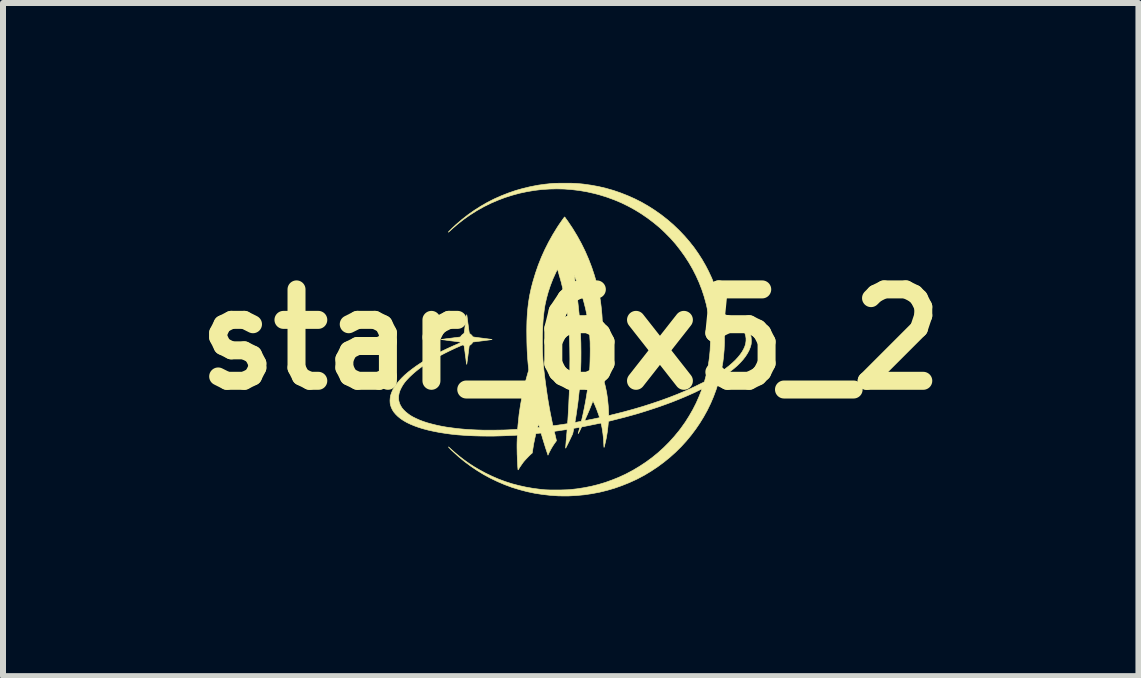
<source format=kicad_pcb>
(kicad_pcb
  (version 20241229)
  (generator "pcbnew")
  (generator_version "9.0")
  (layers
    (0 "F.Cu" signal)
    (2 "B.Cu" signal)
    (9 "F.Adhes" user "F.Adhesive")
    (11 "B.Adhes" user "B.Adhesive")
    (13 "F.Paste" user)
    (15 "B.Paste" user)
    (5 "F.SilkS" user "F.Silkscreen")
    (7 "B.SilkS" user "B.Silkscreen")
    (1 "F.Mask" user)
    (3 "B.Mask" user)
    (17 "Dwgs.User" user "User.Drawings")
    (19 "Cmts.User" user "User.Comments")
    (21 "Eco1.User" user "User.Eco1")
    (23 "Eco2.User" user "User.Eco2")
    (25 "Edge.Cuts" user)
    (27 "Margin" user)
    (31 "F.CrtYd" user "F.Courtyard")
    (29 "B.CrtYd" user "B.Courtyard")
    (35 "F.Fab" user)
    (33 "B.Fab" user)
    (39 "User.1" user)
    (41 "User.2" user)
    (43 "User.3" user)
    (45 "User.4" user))
  (footprint "star_6x5_2"
    (layer "F.Cu")
    (at 6.466 2.61)
    (property "Reference" "star_6x5_2" (at 0 0 0) (layer "F.SilkS") (effects (font (size 1.524 1.524) (thickness 0.3))))
    (attr through_hole)
    (fp_poly (pts (xy -0.062 -2.605) (xy -0.027 -2.605) (xy 0.003 -2.605) (xy 0.03 -2.604) (xy 0.054 -2.603) (xy 0.076 -2.602) (xy 0.098 -2.601) (xy 0.12 -2.599) (xy 0.143 -2.597) (xy 0.168 -2.595) (xy 0.197 -2.592) (xy 0.208 -2.591) (xy 0.336 -2.573) (xy 0.463 -2.55) (xy 0.589 -2.52) (xy 0.712 -2.485) (xy 0.834 -2.443) (xy 0.953 -2.396) (xy 1.07 -2.344) (xy 1.184 -2.286) (xy 1.295 -2.222) (xy 1.403 -2.153) (xy 1.508 -2.079) (xy 1.609 -2) (xy 1.707 -1.916) (xy 1.8 -1.827) (xy 1.818 -1.809) (xy 1.903 -1.719) (xy 1.983 -1.626) (xy 2.057 -1.532) (xy 2.125 -1.435) (xy 2.19 -1.334) (xy 2.25 -1.23) (xy 2.299 -1.135) (xy 2.351 -1.023) (xy 2.397 -0.909) (xy 2.438 -0.793) (xy 2.474 -0.676) (xy 2.503 -0.559) (xy 2.518 -0.485) (xy 2.529 -0.429) (xy 2.549 -0.422) (xy 2.574 -0.413) (xy 2.602 -0.403) (xy 2.631 -0.391) (xy 2.661 -0.378) (xy 2.689 -0.366) (xy 2.704 -0.359) (xy 2.749 -0.335) (xy 2.789 -0.312) (xy 2.825 -0.288) (xy 2.858 -0.263) (xy 2.889 -0.235) (xy 2.901 -0.224) (xy 2.931 -0.192) (xy 2.956 -0.16) (xy 2.975 -0.128) (xy 2.991 -0.094) (xy 3.003 -0.057) (xy 3.004 -0.055) (xy 3.008 -0.035) (xy 3.01 -0.012) (xy 3.011 0.014) (xy 3.011 0.04) (xy 3.01 0.065) (xy 3.007 0.086) (xy 3.006 0.09) (xy 2.991 0.139) (xy 2.971 0.188) (xy 2.944 0.237) (xy 2.912 0.286) (xy 2.873 0.336) (xy 2.828 0.386) (xy 2.778 0.436) (xy 2.72 0.486) (xy 2.657 0.536) (xy 2.587 0.587) (xy 2.527 0.629) (xy 2.479 0.661) (xy 2.462 0.719) (xy 2.424 0.837) (xy 2.381 0.953) (xy 2.332 1.068) (xy 2.277 1.181) (xy 2.216 1.291) (xy 2.15 1.398) (xy 2.086 1.492) (xy 2.008 1.596) (xy 1.926 1.695) (xy 1.839 1.79) (xy 1.748 1.88) (xy 1.652 1.966) (xy 1.552 2.047) (xy 1.448 2.124) (xy 1.341 2.195) (xy 1.23 2.262) (xy 1.115 2.323) (xy 1.089 2.336) (xy 0.972 2.389) (xy 0.852 2.437) (xy 0.73 2.48) (xy 0.607 2.516) (xy 0.481 2.547) (xy 0.354 2.571) (xy 0.226 2.59) (xy 0.098 2.602) (xy -0.031 2.609) (xy -0.113 2.609) (xy -0.135 2.609) (xy -0.157 2.609) (xy -0.176 2.608) (xy -0.192 2.608) (xy -0.203 2.608) (xy -0.206 2.608) (xy -0.341 2.599) (xy -0.473 2.584) (xy -0.602 2.564) (xy -0.73 2.537) (xy -0.855 2.504) (xy -0.979 2.466) (xy -1.1 2.421) (xy -1.22 2.37) (xy -1.337 2.314) (xy -1.451 2.252) (xy -1.559 2.186) (xy -1.664 2.115) (xy -1.766 2.04) (xy -1.865 1.959) (xy -1.96 1.872) (xy -1.992 1.842) (xy -2.008 1.826) (xy -2.021 1.812) (xy -2.031 1.802) (xy -2.037 1.795) (xy -2.039 1.792) (xy -2.038 1.792) (xy -2.032 1.796) (xy -2.023 1.804) (xy -2.011 1.815) (xy -1.93 1.887) (xy -1.85 1.953) (xy -1.769 2.015) (xy -1.688 2.072) (xy -1.606 2.125) (xy -1.52 2.175) (xy -1.431 2.223) (xy -1.418 2.23) (xy -1.31 2.282) (xy -1.201 2.329) (xy -1.091 2.37) (xy -0.979 2.406) (xy -0.864 2.436) (xy -0.747 2.462) (xy -0.627 2.483) (xy -0.503 2.499) (xy -0.435 2.506) (xy -0.416 2.507) (xy -0.392 2.508) (xy -0.363 2.509) (xy -0.33 2.51) (xy -0.295 2.51) (xy -0.258 2.51) (xy -0.221 2.51) (xy -0.183 2.51) (xy -0.147 2.509) (xy -0.113 2.508) (xy -0.081 2.507) (xy -0.054 2.506) (xy -0.031 2.505) (xy -0.019 2.504) (xy 0.107 2.49) (xy 0.229 2.471) (xy 0.348 2.447) (xy 0.464 2.418) (xy 0.577 2.384) (xy 0.688 2.344) (xy 0.798 2.3) (xy 0.907 2.25) (xy 0.927 2.24) (xy 1.04 2.18) (xy 1.15 2.114) (xy 1.256 2.044) (xy 1.358 1.969) (xy 1.456 1.889) (xy 1.55 1.804) (xy 1.64 1.714) (xy 1.725 1.62) (xy 1.806 1.522) (xy 1.838 1.48) (xy 1.91 1.379) (xy 1.975 1.276) (xy 2.036 1.17) (xy 2.092 1.06) (xy 2.142 0.946) (xy 2.181 0.847) (xy 2.191 0.822) (xy 2.149 0.843) (xy 2.068 0.883) (xy 1.981 0.922) (xy 1.889 0.962) (xy 1.792 1.002) (xy 1.692 1.042) (xy 1.589 1.08) (xy 1.483 1.118) (xy 1.391 1.149) (xy 1.315 1.174) (xy 1.243 1.197) (xy 1.173 1.219) (xy 1.103 1.24) (xy 1.032 1.26) (xy 0.959 1.28) (xy 0.883 1.301) (xy 0.802 1.321) (xy 0.779 1.327) (xy 0.63 1.365) (xy 0.628 1.38) (xy 0.627 1.388) (xy 0.625 1.402) (xy 0.624 1.418) (xy 0.622 1.437) (xy 0.621 1.45) (xy 0.61 1.541) (xy 0.596 1.629) (xy 0.595 1.634) (xy 0.592 1.649) (xy 0.588 1.667) (xy 0.584 1.687) (xy 0.579 1.709) (xy 0.574 1.73) (xy 0.569 1.75) (xy 0.565 1.768) (xy 0.561 1.783) (xy 0.558 1.793) (xy 0.556 1.799) (xy 0.556 1.8) (xy 0.555 1.798) (xy 0.554 1.791) (xy 0.553 1.779) (xy 0.552 1.764) (xy 0.551 1.746) (xy 0.551 1.744) (xy 0.546 1.652) (xy 0.536 1.563) (xy 0.523 1.477) (xy 0.519 1.458) (xy 0.515 1.436) (xy 0.511 1.42) (xy 0.508 1.408) (xy 0.506 1.401) (xy 0.504 1.397) (xy 0.502 1.395) (xy 0.499 1.394) (xy 0.496 1.395) (xy 0.473 1.4) (xy 0.447 1.405) (xy 0.419 1.411) (xy 0.389 1.417) (xy 0.359 1.423) (xy 0.33 1.429) (xy 0.302 1.435) (xy 0.277 1.44) (xy 0.255 1.444) (xy 0.238 1.448) (xy 0.228 1.45) (xy 0.182 1.458) (xy 0.154 1.516) (xy 0.145 1.533) (xy 0.138 1.548) (xy 0.132 1.559) (xy 0.127 1.567) (xy 0.125 1.57) (xy 0.125 1.57) (xy 0.125 1.566) (xy 0.127 1.557) (xy 0.131 1.544) (xy 0.135 1.528) (xy 0.138 1.516) (xy 0.143 1.499) (xy 0.146 1.485) (xy 0.149 1.473) (xy 0.151 1.466) (xy 0.151 1.465) (xy 0.148 1.465) (xy 0.14 1.466) (xy 0.127 1.468) (xy 0.112 1.471) (xy 0.101 1.473) (xy 0.052 1.481) (xy 0.043 1.527) (xy 0.033 1.573) (xy -0.025 1.695) (xy -0.038 1.721) (xy -0.049 1.744) (xy -0.06 1.765) (xy -0.069 1.783) (xy -0.076 1.797) (xy -0.081 1.807) (xy -0.084 1.812) (xy -0.085 1.812) (xy -0.085 1.808) (xy -0.085 1.798) (xy -0.083 1.783) (xy -0.082 1.765) (xy -0.08 1.743) (xy -0.078 1.719) (xy -0.077 1.701) (xy -0.073 1.659) (xy -0.069 1.623) (xy -0.067 1.592) (xy -0.065 1.567) (xy -0.063 1.546) (xy -0.062 1.53) (xy -0.061 1.518) (xy -0.061 1.509) (xy -0.061 1.505) (xy -0.062 1.503) (xy -0.065 1.503) (xy -0.074 1.503) (xy -0.088 1.505) (xy -0.105 1.507) (xy -0.124 1.51) (xy -0.14 1.512) (xy -0.164 1.516) (xy -0.187 1.519) (xy -0.208 1.523) (xy -0.227 1.525) (xy -0.241 1.527) (xy -0.246 1.528) (xy -0.26 1.53) (xy -0.269 1.532) (xy -0.273 1.534) (xy -0.274 1.536) (xy -0.274 1.536) (xy -0.273 1.541) (xy -0.271 1.551) (xy -0.267 1.564) (xy -0.263 1.582) (xy -0.258 1.601) (xy -0.256 1.613) (xy -0.251 1.633) (xy -0.246 1.652) (xy -0.243 1.667) (xy -0.24 1.679) (xy -0.238 1.686) (xy -0.238 1.688) (xy -0.24 1.692) (xy -0.245 1.699) (xy -0.252 1.709) (xy -0.253 1.71) (xy -0.274 1.739) (xy -0.296 1.772) (xy -0.318 1.808) (xy -0.338 1.844) (xy -0.357 1.88) (xy -0.37 1.908) (xy -0.379 1.929) (xy -0.396 1.878) (xy -0.41 1.836) (xy -0.425 1.79) (xy -0.439 1.744) (xy -0.454 1.697) (xy -0.467 1.654) (xy -0.475 1.627) (xy -0.48 1.608) (xy -0.486 1.591) (xy -0.49 1.577) (xy -0.493 1.567) (xy -0.495 1.562) (xy -0.495 1.562) (xy -0.499 1.561) (xy -0.507 1.562) (xy -0.519 1.562) (xy -0.532 1.564) (xy -0.547 1.565) (xy -0.56 1.567) (xy -0.571 1.568) (xy -0.578 1.569) (xy -0.58 1.57) (xy -0.581 1.573) (xy -0.584 1.582) (xy -0.587 1.595) (xy -0.59 1.611) (xy -0.594 1.63) (xy -0.599 1.65) (xy -0.603 1.671) (xy -0.607 1.691) (xy -0.611 1.71) (xy -0.615 1.727) (xy -0.616 1.733) (xy -0.62 1.754) (xy -0.624 1.78) (xy -0.628 1.806) (xy -0.632 1.83) (xy -0.633 1.838) (xy -0.642 1.894) (xy -0.66 1.909) (xy -0.675 1.923) (xy -0.694 1.941) (xy -0.713 1.961) (xy -0.733 1.982) (xy -0.752 2.002) (xy -0.769 2.021) (xy -0.783 2.037) (xy -0.793 2.05) (xy -0.805 2.067) (xy -0.819 2.086) (xy -0.832 2.106) (xy -0.846 2.125) (xy -0.857 2.143) (xy -0.866 2.158) (xy -0.871 2.165) (xy -0.875 2.172) (xy -0.878 2.174) (xy -0.878 2.174) (xy -0.879 2.17) (xy -0.88 2.161) (xy -0.881 2.146) (xy -0.883 2.127) (xy -0.884 2.105) (xy -0.886 2.079) (xy -0.887 2.051) (xy -0.889 2.022) (xy -0.89 1.991) (xy -0.891 1.961) (xy -0.892 1.93) (xy -0.893 1.918) (xy -0.894 1.859) (xy -0.895 1.804) (xy -0.895 1.752) (xy -0.894 1.701) (xy -0.893 1.695) (xy -0.893 1.671) (xy -0.892 1.649) (xy -0.891 1.629) (xy -0.891 1.614) (xy -0.891 1.602) (xy -0.89 1.596) (xy -0.89 1.595) (xy -0.894 1.595) (xy -0.902 1.596) (xy -0.915 1.597) (xy -0.931 1.598) (xy -0.95 1.599) (xy -0.954 1.599) (xy -1.062 1.604) (xy -1.171 1.608) (xy -1.282 1.611) (xy -1.392 1.611) (xy -1.5 1.61) (xy -1.605 1.607) (xy -1.707 1.603) (xy -1.781 1.598) (xy -1.89 1.59) (xy -1.994 1.579) (xy -2.095 1.565) (xy -2.192 1.55) (xy -2.284 1.532) (xy -2.371 1.513) (xy -2.454 1.491) (xy -2.531 1.468) (xy -2.603 1.442) (xy -2.669 1.415) (xy -2.73 1.386) (xy -2.734 1.384) (xy -2.788 1.353) (xy -2.837 1.32) (xy -2.88 1.285) (xy -2.917 1.249) (xy -2.949 1.211) (xy -2.974 1.172) (xy -2.993 1.131) (xy -3.006 1.09) (xy -3.01 1.069) (xy -3.012 1.045) (xy -3.013 1.017) (xy -3.011 0.988) (xy -3.008 0.959) (xy -3.003 0.934) (xy -3.003 0.933) (xy -2.987 0.886) (xy -2.966 0.838) (xy -2.938 0.79) (xy -2.904 0.742) (xy -2.864 0.693) (xy -2.819 0.644) (xy -2.768 0.594) (xy -2.711 0.545) (xy -2.648 0.496) (xy -2.58 0.446) (xy -2.507 0.397) (xy -2.429 0.348) (xy -2.345 0.299) (xy -2.256 0.25) (xy -2.162 0.202) (xy -2.064 0.155) (xy -1.961 0.108) (xy -1.884 0.075) (xy -1.865 0.066) (xy -1.851 0.06) (xy -1.842 0.056) (xy -1.837 0.052) (xy -1.835 0.05) (xy -1.835 0.048) (xy -1.837 0.046) (xy -1.841 0.045) (xy -1.848 0.043) (xy -1.857 0.041) (xy -1.871 0.039) (xy -1.889 0.037) (xy -1.911 0.034) (xy -1.939 0.03) (xy -1.972 0.026) (xy -1.998 0.023) (xy -2.029 0.019) (xy -2.058 0.015) (xy -2.085 0.011) (xy -2.108 0.008) (xy -2.128 0.006) (xy -2.143 0.004) (xy -2.153 0.002) (xy -2.158 0.002) (xy -2.159 0.001) (xy -2.159 0.001) (xy -2.157 0.000221) (xy -2.154 -0.001) (xy -2.149 -0.002) (xy -2.141 -0.003) (xy -2.13 -0.004) (xy -2.115 -0.006) (xy -2.096 -0.009) (xy -2.072 -0.012) (xy -2.043 -0.016) (xy -2.008 -0.02) (xy -1.991 -0.022) (xy -1.96 -0.026) (xy -1.932 -0.03) (xy -1.906 -0.033) (xy -1.883 -0.036) (xy -1.864 -0.038) (xy -1.85 -0.04) (xy -1.84 -0.042) (xy -1.837 -0.042) (xy -1.836 -0.042) (xy -1.835 -0.045) (xy -1.832 -0.052) (xy -1.831 -0.053) (xy -1.824 -0.064) (xy -1.813 -0.075) (xy -1.8 -0.086) (xy -1.789 -0.094) (xy -1.78 -0.1) (xy -1.777 -0.109) (xy -1.776 -0.109) (xy -1.776 -0.115) (xy -1.774 -0.125) (xy -1.772 -0.141) (xy -1.769 -0.161) (xy -1.766 -0.184) (xy -1.763 -0.211) (xy -1.759 -0.239) (xy -1.756 -0.265) (xy -1.752 -0.295) (xy -1.748 -0.322) (xy -1.745 -0.348) (xy -1.742 -0.369) (xy -1.739 -0.387) (xy -1.737 -0.401) (xy -1.736 -0.409) (xy -1.735 -0.412) (xy -1.735 -0.412) (xy -1.734 -0.411) (xy -1.733 -0.409) (xy -1.732 -0.404) (xy -1.731 -0.397) (xy -1.729 -0.386) (xy -1.727 -0.372) (xy -1.725 -0.354) (xy -1.722 -0.331) (xy -1.718 -0.303) (xy -1.714 -0.269) (xy -1.711 -0.249) (xy -1.707 -0.219) (xy -1.703 -0.191) (xy -1.7 -0.166) (xy -1.697 -0.143) (xy -1.694 -0.125) (xy -1.691 -0.111) (xy -1.69 -0.102) (xy -1.689 -0.099) (xy -1.676 -0.092) (xy -1.663 -0.081) (xy -1.649 -0.068) (xy -1.638 -0.053) (xy -1.634 -0.046) (xy -1.632 -0.045) (xy -1.628 -0.044) (xy -1.622 -0.042) (xy -1.612 -0.04) (xy -1.599 -0.038) (xy -1.582 -0.036) (xy -1.56 -0.033) (xy -1.534 -0.029) (xy -1.502 -0.025) (xy -1.478 -0.022) (xy -1.441 -0.017) (xy -1.41 -0.013) (xy -1.384 -0.01) (xy -1.363 -0.007) (xy -1.346 -0.005) (xy -1.333 -0.003) (xy -1.324 -0.002) (xy -1.318 -0.001) (xy -1.314 -0.000056) (xy -1.312 0.001) (xy -1.312 0.001) (xy -1.312 0.001) (xy -1.315 0.002) (xy -1.324 0.003) (xy -1.338 0.005) (xy -1.357 0.008) (xy -1.379 0.011) (xy -1.405 0.014) (xy -1.434 0.018) (xy -1.464 0.022) (xy -1.473 0.023) (xy -1.633 0.043) (xy -1.638 0.054) (xy -1.645 0.065) (xy -1.656 0.076) (xy -1.668 0.087) (xy -1.68 0.095) (xy -1.682 0.097) (xy -1.689 0.101) (xy -1.692 0.104) (xy -1.692 0.104) (xy -1.693 0.108) (xy -1.694 0.117) (xy -1.696 0.131) (xy -1.698 0.149) (xy -1.701 0.171) (xy -1.704 0.194) (xy -1.707 0.22) (xy -1.711 0.247) (xy -1.714 0.273) (xy -1.718 0.3) (xy -1.721 0.325) (xy -1.724 0.348) (xy -1.727 0.368) (xy -1.729 0.385) (xy -1.731 0.397) (xy -1.732 0.405) (xy -1.732 0.406) (xy -1.734 0.413) (xy -1.735 0.415) (xy -1.735 0.415) (xy -1.736 0.412) (xy -1.737 0.403) (xy -1.739 0.389) (xy -1.742 0.371) (xy -1.745 0.348) (xy -1.748 0.323) (xy -1.752 0.295) (xy -1.756 0.267) (xy -1.76 0.236) (xy -1.763 0.208) (xy -1.767 0.182) (xy -1.77 0.159) (xy -1.773 0.139) (xy -1.775 0.124) (xy -1.776 0.114) (xy -1.777 0.11) (xy -1.781 0.1) (xy -1.789 0.095) (xy -1.793 0.093) (xy -1.797 0.092) (xy -1.802 0.093) (xy -1.81 0.095) (xy -1.82 0.099) (xy -1.834 0.105) (xy -1.925 0.145) (xy -2.014 0.187) (xy -2.101 0.23) (xy -2.185 0.274) (xy -2.265 0.318) (xy -2.341 0.363) (xy -2.412 0.407) (xy -2.477 0.451) (xy -2.494 0.463) (xy -2.533 0.492) (xy -2.573 0.524) (xy -2.611 0.556) (xy -2.648 0.589) (xy -2.683 0.622) (xy -2.714 0.654) (xy -2.742 0.684) (xy -2.765 0.712) (xy -2.767 0.714) (xy -2.8 0.761) (xy -2.826 0.807) (xy -2.847 0.852) (xy -2.861 0.896) (xy -2.869 0.94) (xy -2.87 0.982) (xy -2.866 1.023) (xy -2.855 1.063) (xy -2.838 1.101) (xy -2.815 1.139) (xy -2.785 1.175) (xy -2.749 1.21) (xy -2.707 1.243) (xy -2.677 1.265) (xy -2.629 1.293) (xy -2.576 1.319) (xy -2.518 1.345) (xy -2.454 1.369) (xy -2.386 1.391) (xy -2.312 1.411) (xy -2.235 1.43) (xy -2.154 1.447) (xy -2.07 1.462) (xy -2.025 1.468) (xy -1.967 1.476) (xy -1.912 1.483) (xy -1.858 1.489) (xy -1.803 1.494) (xy -1.748 1.499) (xy -1.691 1.503) (xy -1.63 1.506) (xy -1.566 1.509) (xy -1.497 1.511) (xy -1.473 1.512) (xy -1.421 1.513) (xy -1.365 1.513) (xy -1.305 1.513) (xy -1.244 1.512) (xy -1.182 1.511) (xy -1.12 1.51) (xy -1.061 1.508) (xy -1.004 1.505) (xy -0.951 1.502) (xy -0.914 1.5) (xy -0.886 1.498) (xy -0.885 1.488) (xy -0.884 1.482) (xy -0.883 1.471) (xy -0.883 1.468) (xy -0.552 1.468) (xy -0.55 1.469) (xy -0.543 1.469) (xy -0.535 1.469) (xy -0.527 1.467) (xy -0.522 1.466) (xy -0.522 1.466) (xy -0.522 1.462) (xy -0.524 1.454) (xy -0.526 1.443) (xy -0.528 1.437) (xy -0.535 1.409) (xy -0.544 1.437) (xy -0.548 1.45) (xy -0.551 1.46) (xy -0.552 1.467) (xy -0.552 1.468) (xy -0.883 1.468) (xy -0.881 1.455) (xy -0.88 1.436) (xy -0.878 1.415) (xy -0.876 1.399) (xy -0.861 1.251) (xy -0.839 1.102) (xy -0.812 0.951) (xy -0.779 0.801) (xy -0.74 0.65) (xy -0.712 0.551) (xy -0.7 0.51) (xy -0.704 0.471) (xy -0.711 0.4) (xy -0.717 0.329) (xy -0.722 0.258) (xy -0.726 0.185) (xy -0.729 0.11) (xy -0.731 0.035) (xy -0.473 0.035) (xy -0.473 0.097) (xy -0.472 0.157) (xy -0.47 0.214) (xy -0.467 0.271) (xy -0.464 0.329) (xy -0.459 0.387) (xy -0.454 0.448) (xy -0.447 0.512) (xy -0.439 0.58) (xy -0.43 0.654) (xy -0.43 0.654) (xy -0.416 0.759) (xy -0.402 0.858) (xy -0.388 0.954) (xy -0.373 1.047) (xy -0.357 1.138) (xy -0.34 1.23) (xy -0.321 1.322) (xy -0.314 1.358) (xy -0.297 1.438) (xy -0.288 1.438) (xy -0.283 1.438) (xy -0.272 1.437) (xy -0.257 1.435) (xy -0.238 1.432) (xy -0.217 1.429) (xy -0.194 1.426) (xy -0.191 1.425) (xy -0.158 1.421) (xy -0.13 1.417) (xy -0.108 1.413) (xy -0.09 1.41) (xy -0.076 1.408) (xy -0.066 1.406) (xy -0.059 1.405) (xy -0.059 1.405) (xy -0.057 1.405) (xy -0.056 1.404) (xy -0.055 1.403) (xy -0.054 1.4) (xy -0.053 1.396) (xy -0.052 1.39) (xy -0.051 1.381) (xy -0.05 1.369) (xy -0.049 1.354) (xy -0.047 1.335) (xy -0.046 1.311) (xy -0.044 1.282) (xy -0.042 1.248) (xy -0.04 1.21) (xy -0.034 1.113) (xy -0.03 1.015) (xy -0.025 0.915) (xy -0.022 0.815) (xy -0.019 0.715) (xy -0.017 0.616) (xy -0.015 0.517) (xy -0.015 0.42) (xy -0.014 0.326) (xy -0.015 0.234) (xy -0.016 0.146) (xy -0.018 0.062) (xy -0.021 -0.018) (xy -0.024 -0.093) (xy -0.028 -0.162) (xy -0.029 -0.17) (xy -0.042 -0.325) (xy -0.062 -0.481) (xy -0.088 -0.638) (xy -0.12 -0.795) (xy -0.158 -0.954) (xy -0.19 -1.066) (xy 0.057 -1.066) (xy 0.058 -1.062) (xy 0.058 -1.06) (xy 0.06 -1.053) (xy 0.062 -1.041) (xy 0.064 -1.024) (xy 0.068 -1.002) (xy 0.071 -0.978) (xy 0.075 -0.952) (xy 0.08 -0.924) (xy 0.084 -0.895) (xy 0.088 -0.867) (xy 0.092 -0.84) (xy 0.095 -0.814) (xy 0.098 -0.791) (xy 0.1 -0.779) (xy 0.121 -0.604) (xy 0.139 -0.434) (xy 0.153 -0.267) (xy 0.163 -0.104) (xy 0.169 0.057) (xy 0.171 0.215) (xy 0.17 0.371) (xy 0.165 0.527) (xy 0.156 0.681) (xy 0.144 0.836) (xy 0.127 0.992) (xy 0.119 1.059) (xy 0.115 1.09) (xy 0.11 1.124) (xy 0.105 1.159) (xy 0.1 1.194) (xy 0.095 1.23) (xy 0.09 1.263) (xy 0.085 1.295) (xy 0.08 1.324) (xy 0.076 1.348) (xy 0.073 1.368) (xy 0.071 1.376) (xy 0.07 1.382) (xy 0.073 1.384) (xy 0.078 1.383) (xy 0.085 1.382) (xy 0.096 1.38) (xy 0.11 1.377) (xy 0.127 1.374) (xy 0.131 1.373) (xy 0.147 1.37) (xy 0.161 1.368) (xy 0.171 1.366) (xy 0.176 1.364) (xy 0.177 1.364) (xy 0.178 1.36) (xy 0.18 1.354) (xy 0.232 1.354) (xy 0.235 1.354) (xy 0.243 1.352) (xy 0.257 1.35) (xy 0.275 1.347) (xy 0.297 1.342) (xy 0.322 1.337) (xy 0.35 1.332) (xy 0.379 1.326) (xy 0.395 1.322) (xy 0.417 1.318) (xy 0.437 1.313) (xy 0.454 1.31) (xy 0.467 1.307) (xy 0.476 1.304) (xy 0.479 1.303) (xy 0.479 1.299) (xy 0.477 1.29) (xy 0.473 1.276) (xy 0.467 1.259) (xy 0.46 1.239) (xy 0.452 1.217) (xy 0.443 1.193) (xy 0.434 1.168) (xy 0.424 1.143) (xy 0.414 1.119) (xy 0.405 1.097) (xy 0.396 1.077) (xy 0.39 1.064) (xy 0.371 1.024) (xy 0.358 1.057) (xy 0.347 1.085) (xy 0.334 1.117) (xy 0.32 1.152) (xy 0.305 1.188) (xy 0.289 1.225) (xy 0.274 1.26) (xy 0.262 1.285) (xy 0.254 1.305) (xy 0.246 1.322) (xy 0.24 1.336) (xy 0.235 1.347) (xy 0.232 1.353) (xy 0.232 1.354) (xy 0.18 1.354) (xy 0.181 1.351) (xy 0.184 1.338) (xy 0.188 1.32) (xy 0.193 1.299) (xy 0.198 1.276) (xy 0.204 1.251) (xy 0.209 1.225) (xy 0.215 1.199) (xy 0.22 1.174) (xy 0.225 1.15) (xy 0.227 1.14) (xy 0.246 1.043) (xy 0.262 0.95) (xy 0.276 0.862) (xy 0.289 0.777) (xy 0.299 0.694) (xy 0.307 0.612) (xy 0.314 0.53) (xy 0.319 0.448) (xy 0.322 0.363) (xy 0.324 0.277) (xy 0.325 0.194) (xy 0.325 0.148) (xy 0.324 0.108) (xy 0.324 0.071) (xy 0.323 0.037) (xy 0.321 0.005) (xy 0.319 -0.027) (xy 0.317 -0.061) (xy 0.314 -0.096) (xy 0.312 -0.114) (xy 0.297 -0.249) (xy 0.275 -0.383) (xy 0.247 -0.516) (xy 0.213 -0.648) (xy 0.172 -0.778) (xy 0.125 -0.908) (xy 0.081 -1.016) (xy 0.072 -1.036) (xy 0.066 -1.051) (xy 0.061 -1.061) (xy 0.058 -1.066) (xy 0.057 -1.066) (xy -0.19 -1.066) (xy -0.203 -1.113) (xy -0.215 -1.154) (xy -0.221 -1.172) (xy -0.25 -1.112) (xy -0.297 -1.009) (xy -0.338 -0.903) (xy -0.374 -0.795) (xy -0.404 -0.686) (xy -0.428 -0.577) (xy -0.437 -0.526) (xy -0.445 -0.464) (xy -0.453 -0.397) (xy -0.46 -0.325) (xy -0.465 -0.249) (xy -0.469 -0.169) (xy -0.472 -0.086) (xy -0.473 -0.000318) (xy -0.473 0.035) (xy -0.731 0.035) (xy -0.731 0.031) (xy -0.732 -0.052) (xy -0.733 -0.144) (xy -0.732 -0.229) (xy -0.73 -0.31) (xy -0.726 -0.387) (xy -0.721 -0.46) (xy -0.714 -0.53) (xy -0.706 -0.599) (xy -0.696 -0.666) (xy -0.685 -0.732) (xy -0.671 -0.799) (xy -0.656 -0.866) (xy -0.638 -0.935) (xy -0.628 -0.972) (xy -0.587 -1.107) (xy -0.541 -1.24) (xy -0.489 -1.371) (xy -0.431 -1.499) (xy -0.368 -1.624) (xy -0.3 -1.746) (xy -0.227 -1.865) (xy -0.205 -1.899) (xy -0.19 -1.921) (xy -0.174 -1.944) (xy -0.158 -1.967) (xy -0.144 -1.987) (xy -0.131 -2.005) (xy -0.12 -2.02) (xy -0.112 -2.031) (xy -0.11 -2.034) (xy -0.102 -2.043) (xy -0.094 -2.034) (xy -0.085 -2.021) (xy -0.073 -2.004) (xy -0.058 -1.984) (xy -0.042 -1.961) (xy -0.026 -1.937) (xy -0.009 -1.912) (xy 0.007 -1.888) (xy 0.022 -1.866) (xy 0.035 -1.846) (xy 0.036 -1.844) (xy 0.11 -1.722) (xy 0.178 -1.598) (xy 0.241 -1.47) (xy 0.298 -1.339) (xy 0.349 -1.206) (xy 0.394 -1.071) (xy 0.434 -0.933) (xy 0.468 -0.793) (xy 0.468 -0.792) (xy 0.48 -0.735) (xy 0.49 -0.676) (xy 0.499 -0.615) (xy 0.507 -0.55) (xy 0.514 -0.481) (xy 0.521 -0.408) (xy 0.524 -0.354) (xy 0.525 -0.335) (xy 0.526 -0.31) (xy 0.527 -0.281) (xy 0.528 -0.247) (xy 0.528 -0.211) (xy 0.528 -0.172) (xy 0.529 -0.132) (xy 0.529 -0.091) (xy 0.528 -0.05) (xy 0.528 -0.01) (xy 0.528 0.028) (xy 0.527 0.063) (xy 0.527 0.095) (xy 0.526 0.122) (xy 0.525 0.145) (xy 0.524 0.152) (xy 0.521 0.209) (xy 0.517 0.26) (xy 0.514 0.307) (xy 0.51 0.351) (xy 0.507 0.394) (xy 0.503 0.432) (xy 0.495 0.513) (xy 0.513 0.564) (xy 0.547 0.668) (xy 0.575 0.774) (xy 0.598 0.881) (xy 0.614 0.991) (xy 0.625 1.103) (xy 0.631 1.201) (xy 0.631 1.221) (xy 0.632 1.239) (xy 0.633 1.254) (xy 0.633 1.264) (xy 0.634 1.269) (xy 0.634 1.27) (xy 0.638 1.269) (xy 0.647 1.267) (xy 0.661 1.264) (xy 0.678 1.259) (xy 0.699 1.254) (xy 0.722 1.249) (xy 0.747 1.242) (xy 0.772 1.236) (xy 0.797 1.23) (xy 0.822 1.223) (xy 0.845 1.218) (xy 0.866 1.212) (xy 0.883 1.208) (xy 0.886 1.207) (xy 1.046 1.163) (xy 1.203 1.117) (xy 1.355 1.068) (xy 1.503 1.018) (xy 1.645 0.966) (xy 1.783 0.912) (xy 1.915 0.857) (xy 1.983 0.826) (xy 1.997 0.82) (xy 2.014 0.812) (xy 2.034 0.802) (xy 2.056 0.792) (xy 2.079 0.781) (xy 2.103 0.769) (xy 2.126 0.758) (xy 2.149 0.746) (xy 2.17 0.736) (xy 2.189 0.727) (xy 2.205 0.719) (xy 2.218 0.712) (xy 2.225 0.708) (xy 2.228 0.707) (xy 2.229 0.703) (xy 2.232 0.694) (xy 2.236 0.681) (xy 2.24 0.665) (xy 2.245 0.646) (xy 2.251 0.625) (xy 2.256 0.604) (xy 2.261 0.583) (xy 2.266 0.563) (xy 2.27 0.545) (xy 2.272 0.538) (xy 2.507 0.538) (xy 2.517 0.531) (xy 2.523 0.528) (xy 2.533 0.521) (xy 2.546 0.512) (xy 2.561 0.501) (xy 2.575 0.49) (xy 2.638 0.441) (xy 2.694 0.393) (xy 2.745 0.345) (xy 2.789 0.297) (xy 2.827 0.25) (xy 2.859 0.204) (xy 2.884 0.158) (xy 2.904 0.113) (xy 2.905 0.11) (xy 2.917 0.067) (xy 2.923 0.024) (xy 2.923 -0.019) (xy 2.917 -0.06) (xy 2.905 -0.1) (xy 2.904 -0.103) (xy 2.893 -0.125) (xy 2.881 -0.147) (xy 2.866 -0.168) (xy 2.847 -0.19) (xy 2.824 -0.214) (xy 2.824 -0.215) (xy 2.794 -0.243) (xy 2.763 -0.268) (xy 2.729 -0.292) (xy 2.691 -0.315) (xy 2.657 -0.333) (xy 2.641 -0.341) (xy 2.623 -0.349) (xy 2.605 -0.357) (xy 2.587 -0.365) (xy 2.57 -0.372) (xy 2.556 -0.378) (xy 2.546 -0.381) (xy 2.539 -0.383) (xy 2.538 -0.383) (xy 2.538 -0.38) (xy 2.538 -0.371) (xy 2.54 -0.358) (xy 2.541 -0.342) (xy 2.543 -0.33) (xy 2.556 -0.204) (xy 2.563 -0.078) (xy 2.563 0.048) (xy 2.558 0.173) (xy 2.547 0.297) (xy 2.537 0.378) (xy 2.534 0.394) (xy 2.531 0.414) (xy 2.527 0.435) (xy 2.523 0.456) (xy 2.52 0.477) (xy 2.516 0.496) (xy 2.513 0.512) (xy 2.511 0.524) (xy 2.509 0.53) (xy 2.507 0.538) (xy 2.272 0.538) (xy 2.273 0.533) (xy 2.291 0.444) (xy 2.305 0.356) (xy 2.316 0.269) (xy 2.324 0.18) (xy 2.328 0.088) (xy 2.33 0.043) (xy 2.329 -0.066) (xy 2.325 -0.171) (xy 2.316 -0.274) (xy 2.302 -0.376) (xy 2.284 -0.479) (xy 2.261 -0.583) (xy 2.258 -0.595) (xy 2.225 -0.715) (xy 2.186 -0.833) (xy 2.141 -0.949) (xy 2.09 -1.062) (xy 2.034 -1.172) (xy 1.971 -1.281) (xy 1.903 -1.386) (xy 1.829 -1.489) (xy 1.75 -1.59) (xy 1.697 -1.651) (xy 1.678 -1.672) (xy 1.656 -1.696) (xy 1.63 -1.722) (xy 1.603 -1.749) (xy 1.576 -1.777) (xy 1.549 -1.803) (xy 1.523 -1.828) (xy 1.5 -1.849) (xy 1.486 -1.862) (xy 1.386 -1.945) (xy 1.283 -2.023) (xy 1.178 -2.095) (xy 1.069 -2.162) (xy 0.957 -2.223) (xy 0.843 -2.279) (xy 0.726 -2.328) (xy 0.606 -2.372) (xy 0.484 -2.41) (xy 0.398 -2.433) (xy 0.274 -2.461) (xy 0.148 -2.483) (xy 0.022 -2.498) (xy -0.104 -2.508) (xy -0.231 -2.511) (xy -0.357 -2.508) (xy -0.482 -2.5) (xy -0.607 -2.485) (xy -0.731 -2.464) (xy -0.854 -2.438) (xy -0.975 -2.405) (xy -1.095 -2.367) (xy -1.213 -2.322) (xy -1.328 -2.273) (xy -1.442 -2.217) (xy -1.553 -2.155) (xy -1.58 -2.139) (xy -1.682 -2.074) (xy -1.78 -2.005) (xy -1.874 -1.932) (xy -1.964 -1.856) (xy -2.001 -1.822) (xy -2.014 -1.81) (xy -2.025 -1.8) (xy -2.034 -1.793) (xy -2.039 -1.789) (xy -2.041 -1.789) (xy -2.039 -1.792) (xy -2.034 -1.798) (xy -2.024 -1.808) (xy -2.012 -1.82) (xy -1.997 -1.835) (xy -1.981 -1.851) (xy -1.963 -1.868) (xy -1.944 -1.886) (xy -1.925 -1.904) (xy -1.913 -1.915) (xy -1.815 -1.999) (xy -1.714 -2.078) (xy -1.609 -2.152) (xy -1.501 -2.221) (xy -1.39 -2.285) (xy -1.276 -2.343) (xy -1.159 -2.395) (xy -1.039 -2.442) (xy -0.917 -2.484) (xy -0.793 -2.519) (xy -0.667 -2.549) (xy -0.54 -2.573) (xy -0.425 -2.589) (xy -0.395 -2.592) (xy -0.367 -2.595) (xy -0.342 -2.598) (xy -0.319 -2.6) (xy -0.296 -2.602) (xy -0.273 -2.603) (xy -0.248 -2.604) (xy -0.221 -2.604) (xy -0.191 -2.605) (xy -0.157 -2.605) (xy -0.118 -2.605) (xy -0.102 -2.605) (xy -0.062 -2.605)) (stroke (width 0.01) (type solid)) (fill yes) (layer "F.SilkS")))
  (gr_rect
    (start -3 -3)
    (end 15.932 8.224)
    (stroke (width 0.1) (type default))
    (fill no)
    (layer "Edge.Cuts")))
</source>
